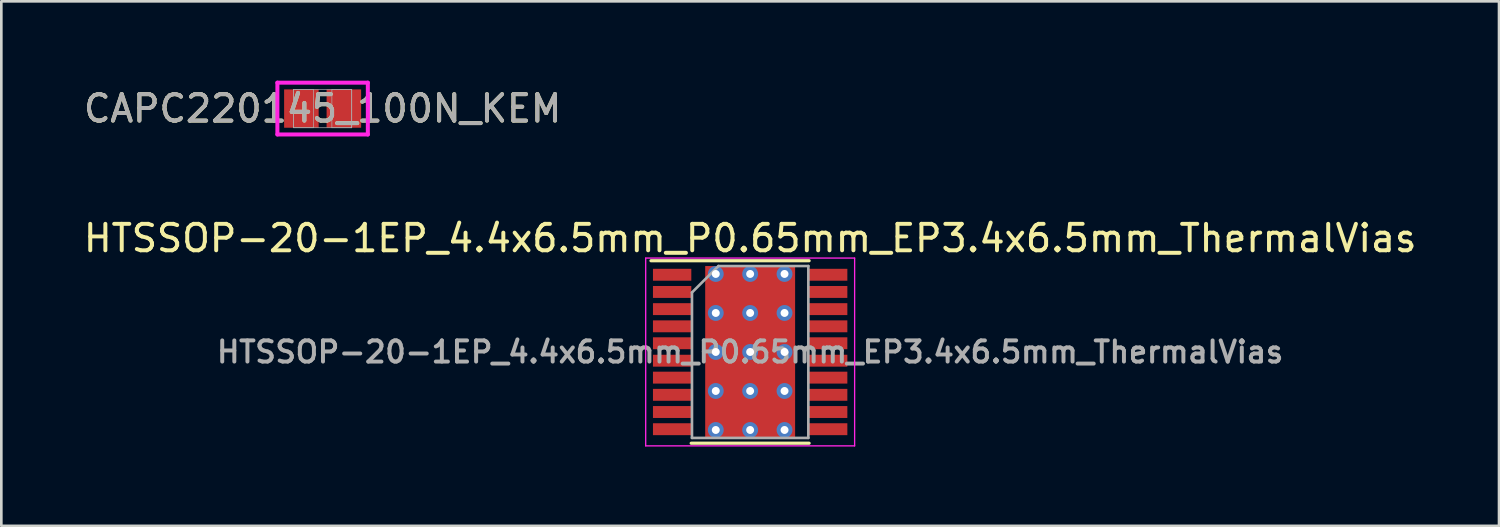
<source format=kicad_pcb>
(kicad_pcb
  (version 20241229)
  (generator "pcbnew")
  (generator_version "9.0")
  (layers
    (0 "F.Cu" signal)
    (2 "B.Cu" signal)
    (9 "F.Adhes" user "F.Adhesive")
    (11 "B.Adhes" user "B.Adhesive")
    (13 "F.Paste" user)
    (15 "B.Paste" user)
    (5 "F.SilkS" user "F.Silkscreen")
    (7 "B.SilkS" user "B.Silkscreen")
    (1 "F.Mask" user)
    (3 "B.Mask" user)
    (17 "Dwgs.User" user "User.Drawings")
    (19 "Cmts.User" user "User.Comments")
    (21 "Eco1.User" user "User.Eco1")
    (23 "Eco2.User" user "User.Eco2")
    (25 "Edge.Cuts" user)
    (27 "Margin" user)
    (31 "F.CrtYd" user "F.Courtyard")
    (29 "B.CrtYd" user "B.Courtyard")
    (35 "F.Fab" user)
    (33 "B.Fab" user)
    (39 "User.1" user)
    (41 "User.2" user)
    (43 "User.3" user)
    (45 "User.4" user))
  (footprint "CAPC220145_100N_KEM"
    (layer "F.Cu")
    (at 9.149 1.055)
    (property "Reference" "CAPC220145_100N_KEM" (at 0 0 0) (unlocked yes) (layer "F.SilkS") (effects (font (size 1 1) (thickness 0.15))))
    (attr smd)
    (fp_line (start -1.71 -0.979) (end 1.71 -0.979) (stroke (width 0.152) (type solid)) (layer "F.CrtYd"))
    (fp_line (start -1.71 0.979) (end -1.71 -0.979) (stroke (width 0.152) (type solid)) (layer "F.CrtYd"))
    (fp_line (start 1.71 -0.979) (end 1.71 0.979) (stroke (width 0.152) (type solid)) (layer "F.CrtYd"))
    (fp_line (start 1.71 0.979) (end -1.71 0.979) (stroke (width 0.152) (type solid)) (layer "F.CrtYd"))
    (fp_line (start -1.1 -0.725) (end -1.1 0.725) (stroke (width 0.025) (type solid)) (layer "F.Fab"))
    (fp_line (start -1.1 -0.725) (end -1.1 0.725) (stroke (width 0.025) (type solid)) (layer "F.Fab"))
    (fp_line (start -1.1 0.725) (end -0.35 0.725) (stroke (width 0.025) (type solid)) (layer "F.Fab"))
    (fp_line (start -1.1 0.725) (end 1.1 0.725) (stroke (width 0.025) (type solid)) (layer "F.Fab"))
    (fp_line (start -0.35 -0.725) (end -1.1 -0.725) (stroke (width 0.025) (type solid)) (layer "F.Fab"))
    (fp_line (start -0.35 0.725) (end -0.35 -0.725) (stroke (width 0.025) (type solid)) (layer "F.Fab"))
    (fp_line (start 0.35 -0.725) (end 0.35 0.725) (stroke (width 0.025) (type solid)) (layer "F.Fab"))
    (fp_line (start 0.35 0.725) (end 1.1 0.725) (stroke (width 0.025) (type solid)) (layer "F.Fab"))
    (fp_line (start 1.1 -0.725) (end -1.1 -0.725) (stroke (width 0.025) (type solid)) (layer "F.Fab"))
    (fp_line (start 1.1 -0.725) (end 0.35 -0.725) (stroke (width 0.025) (type solid)) (layer "F.Fab"))
    (fp_line (start 1.1 0.725) (end 1.1 -0.725) (stroke (width 0.025) (type solid)) (layer "F.Fab"))
    (fp_line (start 1.1 0.725) (end 1.1 -0.725) (stroke (width 0.025) (type solid)) (layer "F.Fab"))
    (fp_text user "${REFERENCE}" (at 0 0 0) (unlocked yes) (layer "F.Fab") (effects (font (size 1 1) (thickness 0.15))))
    (pad "1" smd rect (at -0.803 0) (size 1.306 1.45) (layers "F.Cu" "F.Mask" "F.Paste"))
    (pad "2" smd rect (at 0.803 0) (size 1.306 1.45) (layers "F.Cu" "F.Mask" "F.Paste"))
    (zone (net_name "") (layer "F.Cu") (hatch full 0.508) (connect_pads) (min_thickness 0.254) (filled_areas_thickness no) (keepout (tracks not_allowed) (vias not_allowed) (pads allowed) (copperpour not_allowed) (footprints allowed)) (placement (enabled no)) (fill) (polygon (pts (xy 9.05 0.381) (xy 9.248 0.381) (xy 9.248 1.729) (xy 9.05 1.729)))))
  (footprint "HTSSOP-20-1EP_4.4x6.5mm_P0.65mm_EP3.4x6.5mm_ThermalVias"
    (layer "F.Cu")
    (at 25.315 10.259)
    (property "Reference" "HTSSOP-20-1EP_4.4x6.5mm_P0.65mm_EP3.4x6.5mm_ThermalVias" (at 0 -4.3 0) (layer "F.SilkS") (effects (font (size 1 1) (thickness 0.15))))
    (attr smd)
    (fp_line (start -3.75 -3.45) (end 2.23 -3.45) (stroke (width 0.12) (type solid)) (layer "F.SilkS"))
    (fp_line (start -2.23 3.45) (end 2.23 3.45) (stroke (width 0.12) (type solid)) (layer "F.SilkS"))
    (fp_line (start -3.95 -3.55) (end -3.95 3.55) (stroke (width 0.05) (type solid)) (layer "F.CrtYd"))
    (fp_line (start -3.95 -3.55) (end 3.95 -3.55) (stroke (width 0.05) (type solid)) (layer "F.CrtYd"))
    (fp_line (start -3.95 3.55) (end 3.95 3.55) (stroke (width 0.05) (type solid)) (layer "F.CrtYd"))
    (fp_line (start 3.95 -3.55) (end 3.95 3.55) (stroke (width 0.05) (type solid)) (layer "F.CrtYd"))
    (fp_line (start -2.2 -2.25) (end -1.2 -3.25) (stroke (width 0.1) (type solid)) (layer "F.Fab"))
    (fp_line (start -2.2 3.25) (end -2.2 -2.25) (stroke (width 0.1) (type solid)) (layer "F.Fab"))
    (fp_line (start -1.2 -3.25) (end 2.2 -3.25) (stroke (width 0.1) (type solid)) (layer "F.Fab"))
    (fp_line (start 2.2 -3.25) (end 2.2 3.25) (stroke (width 0.1) (type solid)) (layer "F.Fab"))
    (fp_line (start 2.2 3.25) (end -2.2 3.25) (stroke (width 0.1) (type solid)) (layer "F.Fab"))
    (fp_text user "${REFERENCE}" (at 0 0 0) (layer "F.Fab") (effects (font (size 0.8 0.8) (thickness 0.15))))
    (pad "" smd rect (at -0.85 -2.212) (size 1.4 1.075) (layers "F.Paste"))
    (pad "" smd rect (at -0.85 -0.738) (size 1.4 1.075) (layers "F.Paste"))
    (pad "" smd rect (at -0.85 0.738) (size 1.4 1.075) (layers "F.Paste"))
    (pad "" smd rect (at -0.85 2.212) (size 1.4 1.075) (layers "F.Paste"))
    (pad "" smd rect (at 0.85 -2.212) (size 1.4 1.075) (layers "F.Paste"))
    (pad "" smd rect (at 0.85 -0.738) (size 1.4 1.075) (layers "F.Paste"))
    (pad "" smd rect (at 0.85 0.738) (size 1.4 1.075) (layers "F.Paste"))
    (pad "" smd rect (at 0.85 2.212) (size 1.4 1.075) (layers "F.Paste"))
    (pad "1" smd rect (at -2.95 -2.92) (size 1.45 0.45) (layers "F.Cu" "F.Mask" "F.Paste"))
    (pad "2" smd rect (at -2.95 -2.27) (size 1.45 0.45) (layers "F.Cu" "F.Mask" "F.Paste"))
    (pad "3" smd rect (at -2.95 -1.62) (size 1.45 0.45) (layers "F.Cu" "F.Mask" "F.Paste"))
    (pad "4" smd rect (at -2.95 -0.97) (size 1.45 0.45) (layers "F.Cu" "F.Mask" "F.Paste"))
    (pad "5" smd rect (at -2.95 -0.33) (size 1.45 0.45) (layers "F.Cu" "F.Mask" "F.Paste"))
    (pad "6" smd rect (at -2.95 0.33) (size 1.45 0.45) (layers "F.Cu" "F.Mask" "F.Paste"))
    (pad "7" smd rect (at -2.95 0.97) (size 1.45 0.45) (layers "F.Cu" "F.Mask" "F.Paste"))
    (pad "8" smd rect (at -2.95 1.62) (size 1.45 0.45) (layers "F.Cu" "F.Mask" "F.Paste"))
    (pad "9" smd rect (at -2.95 2.27) (size 1.45 0.45) (layers "F.Cu" "F.Mask" "F.Paste"))
    (pad "10" smd rect (at -2.95 2.92) (size 1.45 0.45) (layers "F.Cu" "F.Mask" "F.Paste"))
    (pad "11" smd rect (at 2.95 2.92) (size 1.45 0.45) (layers "F.Cu" "F.Mask" "F.Paste"))
    (pad "12" smd rect (at 2.95 2.27) (size 1.45 0.45) (layers "F.Cu" "F.Mask" "F.Paste"))
    (pad "13" smd rect (at 2.95 1.62) (size 1.45 0.45) (layers "F.Cu" "F.Mask" "F.Paste"))
    (pad "14" smd rect (at 2.95 0.97) (size 1.45 0.45) (layers "F.Cu" "F.Mask" "F.Paste"))
    (pad "15" smd rect (at 2.95 0.33) (size 1.45 0.45) (layers "F.Cu" "F.Mask" "F.Paste"))
    (pad "16" smd rect (at 2.95 -0.33) (size 1.45 0.45) (layers "F.Cu" "F.Mask" "F.Paste"))
    (pad "17" smd rect (at 2.95 -0.97) (size 1.45 0.45) (layers "F.Cu" "F.Mask" "F.Paste"))
    (pad "18" smd rect (at 2.95 -1.62) (size 1.45 0.45) (layers "F.Cu" "F.Mask" "F.Paste"))
    (pad "19" smd rect (at 2.95 -2.27) (size 1.45 0.45) (layers "F.Cu" "F.Mask" "F.Paste"))
    (pad "20" smd rect (at 2.95 -2.92) (size 1.45 0.45) (layers "F.Cu" "F.Mask" "F.Paste"))
    (pad "21" thru_hole circle (at -1.3 -2.95) (size 0.6 0.6) (drill 0.3) (layers "*.Cu"))
    (pad "21" thru_hole circle (at -1.3 -1.475) (size 0.6 0.6) (drill 0.3) (layers "*.Cu"))
    (pad "21" thru_hole circle (at -1.3 0) (size 0.6 0.6) (drill 0.3) (layers "*.Cu"))
    (pad "21" thru_hole circle (at -1.3 1.475) (size 0.6 0.6) (drill 0.3) (layers "*.Cu"))
    (pad "21" thru_hole circle (at -1.3 2.95) (size 0.6 0.6) (drill 0.3) (layers "*.Cu"))
    (pad "21" thru_hole circle (at 0 -2.95) (size 0.6 0.6) (drill 0.3) (layers "*.Cu"))
    (pad "21" thru_hole circle (at 0 -1.475) (size 0.6 0.6) (drill 0.3) (layers "*.Cu"))
    (pad "21" thru_hole circle (at 0 0) (size 0.6 0.6) (drill 0.3) (layers "*.Cu"))
    (pad "21" smd rect (at 0 0) (size 3.4 6.5) (layers "F.Cu" "F.Mask"))
    (pad "21" thru_hole circle (at 0 1.475) (size 0.6 0.6) (drill 0.3) (layers "*.Cu"))
    (pad "21" thru_hole circle (at 0 2.95) (size 0.6 0.6) (drill 0.3) (layers "*.Cu"))
    (pad "21" thru_hole circle (at 1.3 -2.95) (size 0.6 0.6) (drill 0.3) (layers "*.Cu"))
    (pad "21" thru_hole circle (at 1.3 -1.475) (size 0.6 0.6) (drill 0.3) (layers "*.Cu"))
    (pad "21" thru_hole circle (at 1.3 0) (size 0.6 0.6) (drill 0.3) (layers "*.Cu"))
    (pad "21" thru_hole circle (at 1.3 1.475) (size 0.6 0.6) (drill 0.3) (layers "*.Cu"))
    (pad "21" thru_hole circle (at 1.3 2.95) (size 0.6 0.6) (drill 0.3) (layers "*.Cu")))
  (gr_rect
    (start -3 -3)
    (end 53.631 16.834)
    (stroke (width 0.1) (type default))
    (fill no)
    (layer "Edge.Cuts")))
</source>
